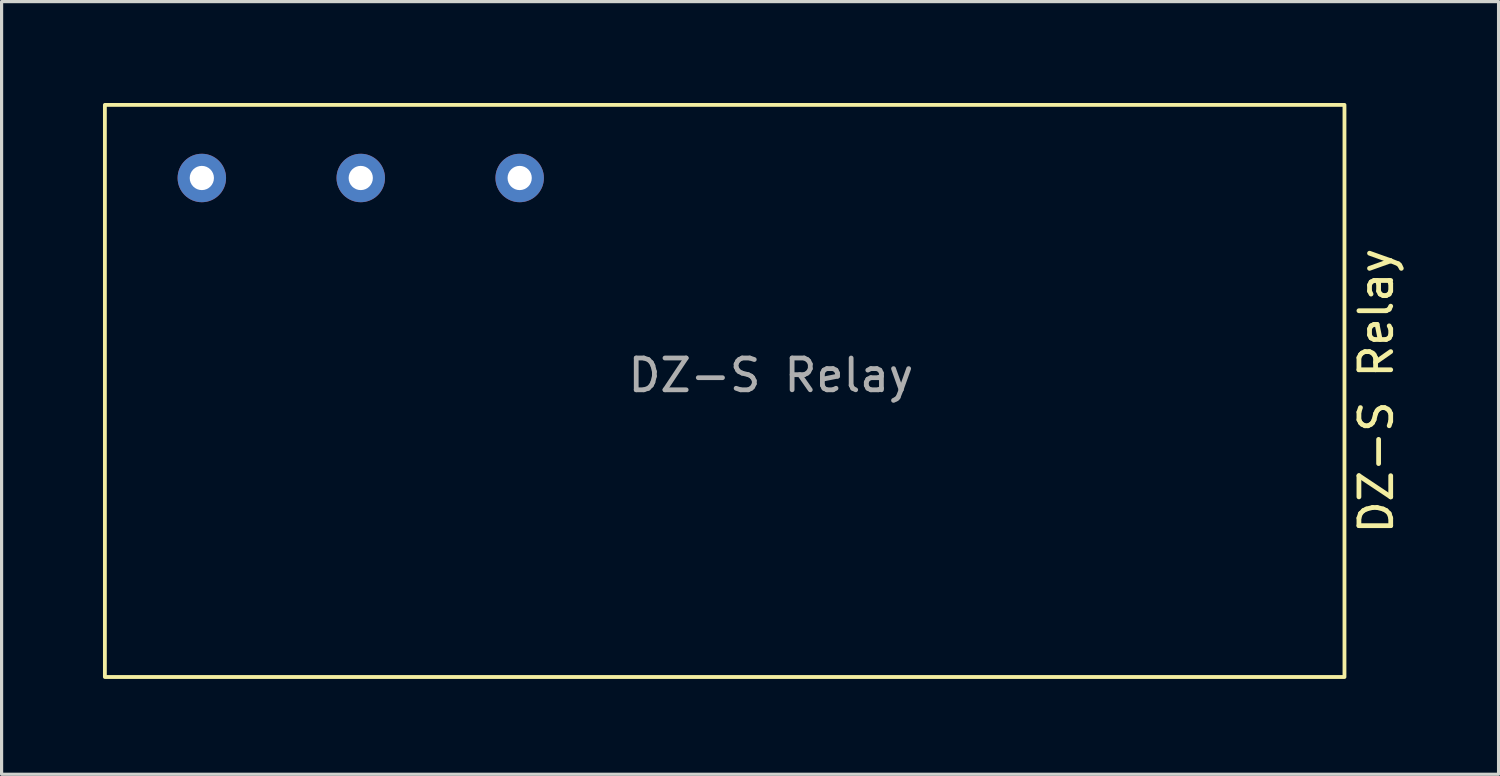
<source format=kicad_pcb>
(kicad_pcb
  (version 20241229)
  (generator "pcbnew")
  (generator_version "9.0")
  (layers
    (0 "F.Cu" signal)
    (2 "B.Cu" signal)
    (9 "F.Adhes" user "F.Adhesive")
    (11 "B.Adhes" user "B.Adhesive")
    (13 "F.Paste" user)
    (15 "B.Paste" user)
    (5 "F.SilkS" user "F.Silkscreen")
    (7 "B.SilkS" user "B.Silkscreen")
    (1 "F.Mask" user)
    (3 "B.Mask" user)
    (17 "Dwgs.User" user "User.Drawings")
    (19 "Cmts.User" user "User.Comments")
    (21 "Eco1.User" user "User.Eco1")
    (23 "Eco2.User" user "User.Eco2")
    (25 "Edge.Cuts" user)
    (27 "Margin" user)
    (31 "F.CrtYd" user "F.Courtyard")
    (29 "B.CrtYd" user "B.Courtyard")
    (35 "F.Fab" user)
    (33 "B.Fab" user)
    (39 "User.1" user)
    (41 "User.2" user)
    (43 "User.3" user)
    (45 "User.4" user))
  (footprint "DZ-S Relay"
    (layer "F.Cu")
    (at 0.25 0.25)
    (property "Reference" "DZ-S Relay" (at 40 9 90) (unlocked yes) (layer "F.SilkS") (effects (font (size 1 1) (thickness 0.15))))
    (attr through_hole)
    (fp_rect (start 0 0) (end 39 18) (stroke (width 0.12) (type default)) (fill no) (layer "F.SilkS"))
    (fp_text user "${REFERENCE}" (at 20.955 8.509 0) (unlocked yes) (layer "F.Fab") (effects (font (size 1 1) (thickness 0.15))))
    (pad "1" thru_hole circle (at 3.05 2.3) (size 1.524 1.524) (drill 0.762) (layers "*.Cu" "*.Mask"))
    (pad "2" thru_hole circle (at 8.05 2.3) (size 1.524 1.524) (drill 0.762) (layers "*.Cu" "*.Mask"))
    (pad "3" thru_hole circle (at 13.05 2.3) (size 1.524 1.524) (drill 0.762) (layers "*.Cu" "*.Mask")))
  (gr_rect
    (start -3 -3)
    (end 44.098 21.31)
    (stroke (width 0.1) (type default))
    (fill no)
    (layer "Edge.Cuts")))
</source>
